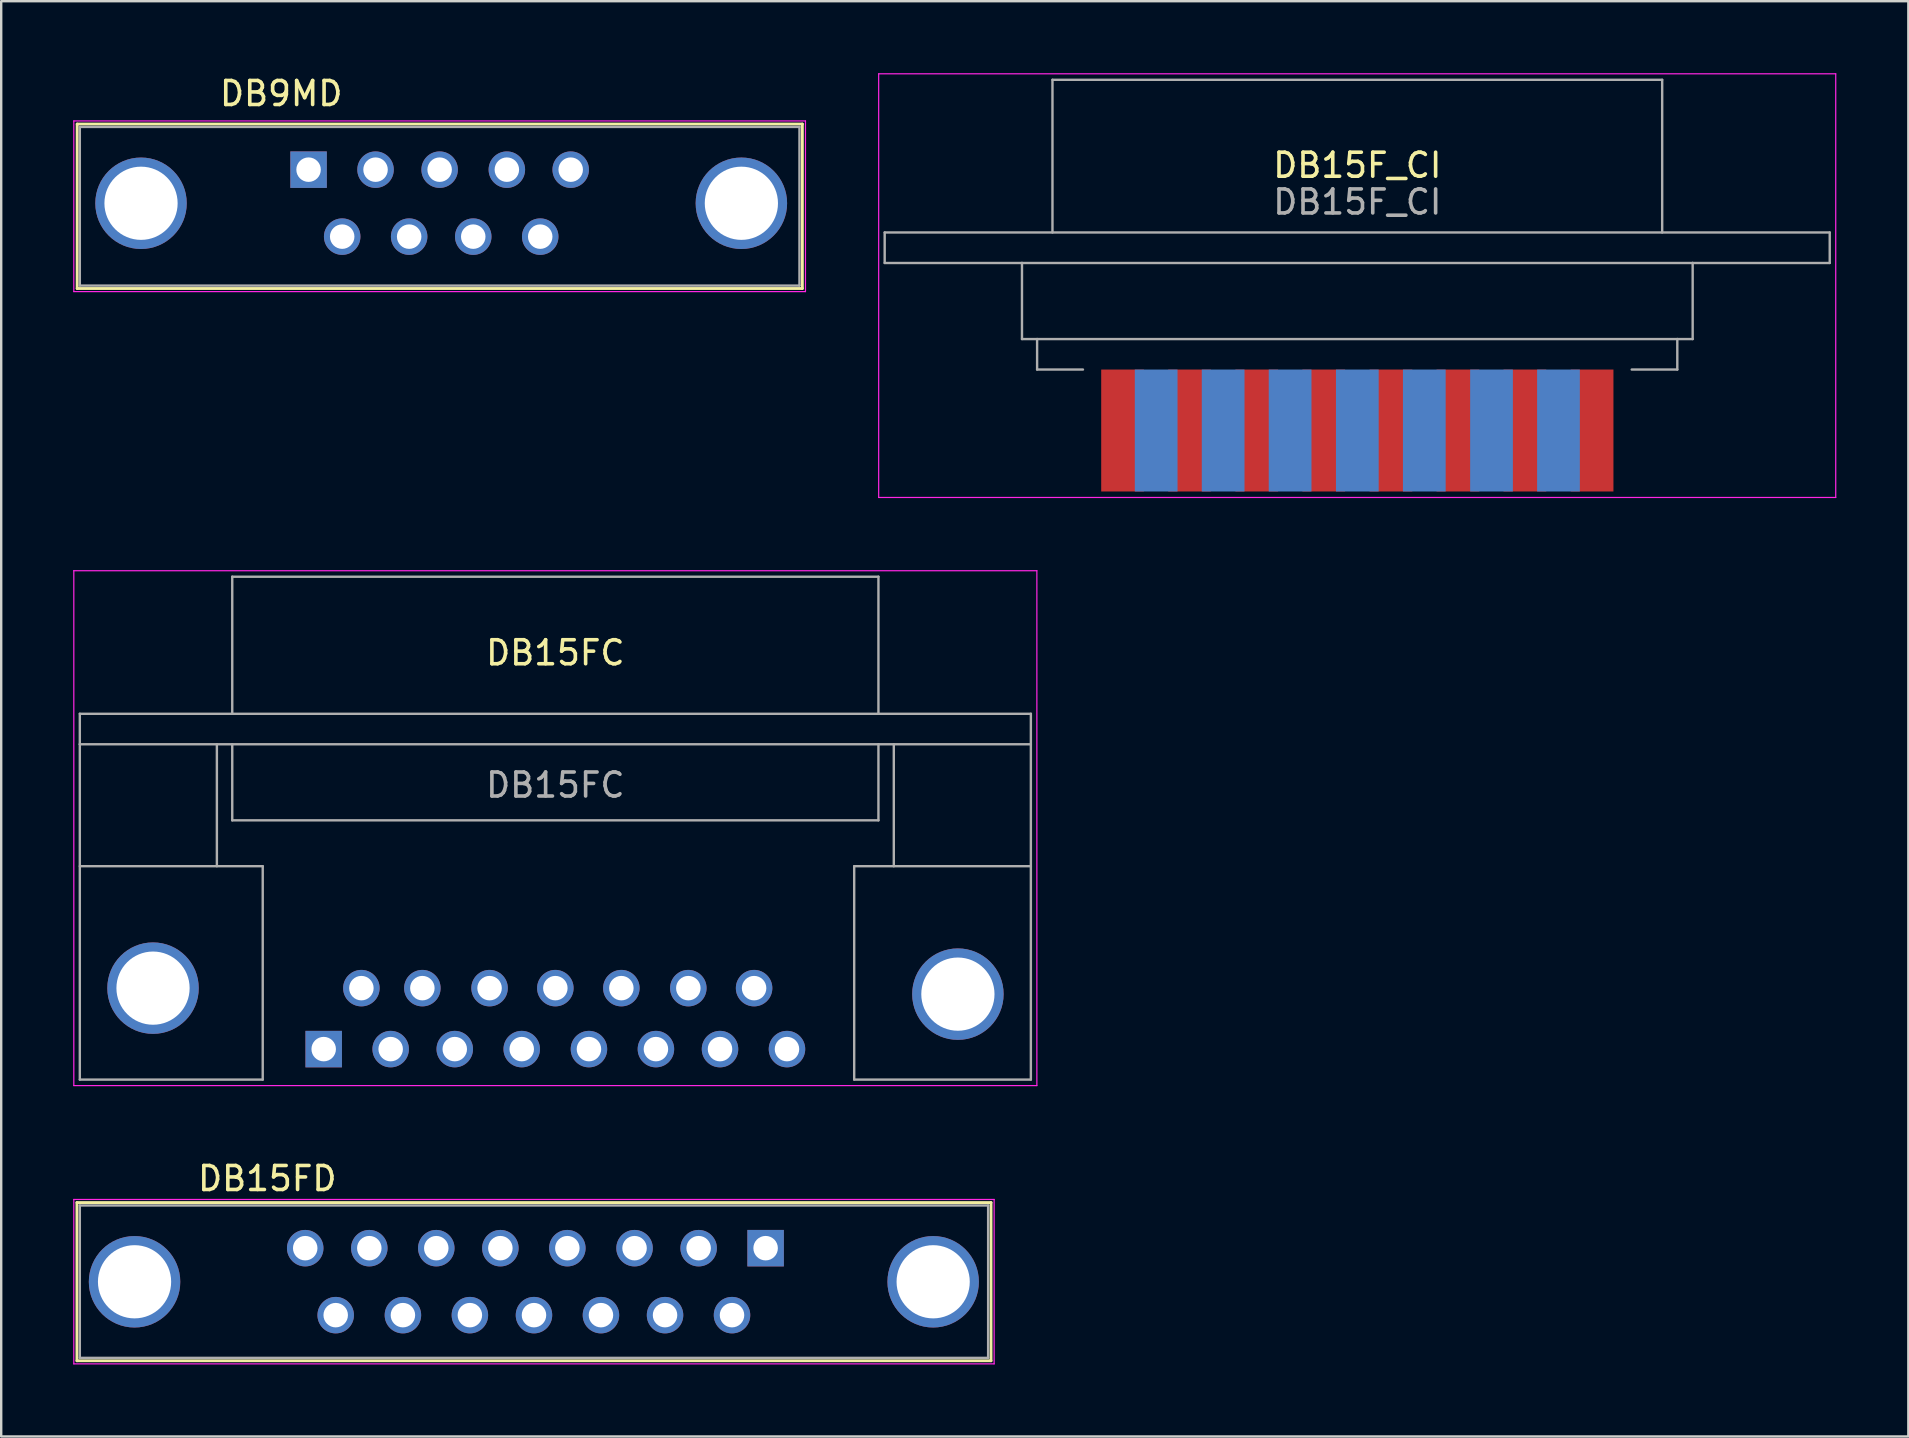
<source format=kicad_pcb>
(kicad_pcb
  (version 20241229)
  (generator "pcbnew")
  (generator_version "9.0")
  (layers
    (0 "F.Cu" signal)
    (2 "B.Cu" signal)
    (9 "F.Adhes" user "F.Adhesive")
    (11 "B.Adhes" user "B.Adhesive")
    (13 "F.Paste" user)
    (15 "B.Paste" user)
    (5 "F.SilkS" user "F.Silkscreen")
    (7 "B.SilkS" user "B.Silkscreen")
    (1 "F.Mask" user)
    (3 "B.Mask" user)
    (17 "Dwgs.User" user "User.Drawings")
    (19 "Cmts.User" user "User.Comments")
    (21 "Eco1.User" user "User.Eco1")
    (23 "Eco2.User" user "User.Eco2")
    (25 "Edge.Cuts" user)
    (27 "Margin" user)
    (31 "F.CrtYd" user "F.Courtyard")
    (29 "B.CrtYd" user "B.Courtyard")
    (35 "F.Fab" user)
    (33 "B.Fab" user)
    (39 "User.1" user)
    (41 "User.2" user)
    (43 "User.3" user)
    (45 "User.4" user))
  (footprint "DB15FC"
    (layer "F.Cu")
    (at 10.435 40.655)
    (property "Reference" "DB15FC" (at 9.65 -16.51 0) (layer "F.SilkS") (effects (font (size 1 1) (thickness 0.15))))
    (attr through_hole)
    (fp_line (start -10.41 -19.93) (end -10.41 1.52) (stroke (width 0.05) (type solid)) (layer "F.CrtYd"))
    (fp_line (start -10.41 -19.93) (end 29.71 -19.93) (stroke (width 0.05) (type solid)) (layer "F.CrtYd"))
    (fp_line (start 29.71 1.52) (end -10.41 1.52) (stroke (width 0.05) (type solid)) (layer "F.CrtYd"))
    (fp_line (start 29.71 1.52) (end 29.71 -19.93) (stroke (width 0.05) (type solid)) (layer "F.CrtYd"))
    (fp_line (start -10.16 -13.97) (end -10.16 -12.7) (stroke (width 0.1) (type solid)) (layer "F.Fab"))
    (fp_line (start -10.16 -7.62) (end -2.54 -7.62) (stroke (width 0.1) (type solid)) (layer "F.Fab"))
    (fp_line (start -10.16 1.27) (end -10.16 -12.7) (stroke (width 0.1) (type solid)) (layer "F.Fab"))
    (fp_line (start -10.16 1.27) (end -2.54 1.27) (stroke (width 0.1) (type solid)) (layer "F.Fab"))
    (fp_line (start -4.45 -12.7) (end -4.45 -7.62) (stroke (width 0.1) (type solid)) (layer "F.Fab"))
    (fp_line (start -3.81 -19.68) (end -3.81 -13.97) (stroke (width 0.1) (type solid)) (layer "F.Fab"))
    (fp_line (start -3.81 -19.68) (end 23.11 -19.68) (stroke (width 0.1) (type solid)) (layer "F.Fab"))
    (fp_line (start -3.81 -9.53) (end -3.81 -12.7) (stroke (width 0.1) (type solid)) (layer "F.Fab"))
    (fp_line (start -2.54 -7.62) (end -2.54 1.27) (stroke (width 0.1) (type solid)) (layer "F.Fab"))
    (fp_line (start 22.1 -7.62) (end 29.46 -7.62) (stroke (width 0.1) (type solid)) (layer "F.Fab"))
    (fp_line (start 22.1 1.27) (end 22.1 -7.62) (stroke (width 0.1) (type solid)) (layer "F.Fab"))
    (fp_line (start 23.11 -13.97) (end 23.11 -19.68) (stroke (width 0.1) (type solid)) (layer "F.Fab"))
    (fp_line (start 23.11 -9.53) (end -3.81 -9.53) (stroke (width 0.1) (type solid)) (layer "F.Fab"))
    (fp_line (start 23.11 -9.53) (end 23.11 -12.7) (stroke (width 0.1) (type solid)) (layer "F.Fab"))
    (fp_line (start 23.75 -7.62) (end 23.75 -12.7) (stroke (width 0.1) (type solid)) (layer "F.Fab"))
    (fp_line (start 29.46 -13.97) (end -10.16 -13.97) (stroke (width 0.1) (type solid)) (layer "F.Fab"))
    (fp_line (start 29.46 -12.7) (end -10.16 -12.7) (stroke (width 0.1) (type solid)) (layer "F.Fab"))
    (fp_line (start 29.46 1.27) (end 22.1 1.27) (stroke (width 0.1) (type solid)) (layer "F.Fab"))
    (fp_line (start 29.46 1.27) (end 29.46 -13.97) (stroke (width 0.1) (type solid)) (layer "F.Fab"))
    (fp_text user "${REFERENCE}" (at 9.65 -11 0) (layer "F.Fab") (effects (font (size 1 1) (thickness 0.15))))
    (pad "" thru_hole circle (at -7.11 -2.54) (size 3.81 3.81) (drill 3.05) (layers "*.Cu" "*.Mask"))
    (pad "" thru_hole circle (at 26.42 -2.29) (size 3.81 3.81) (drill 3.05) (layers "*.Cu" "*.Mask"))
    (pad "1" thru_hole rect (at 0 0) (size 1.52 1.52) (drill 1.02) (layers "*.Cu" "*.Mask"))
    (pad "2" thru_hole circle (at 2.79 0) (size 1.52 1.52) (drill 1.02) (layers "*.Cu" "*.Mask"))
    (pad "3" thru_hole circle (at 5.46 0) (size 1.52 1.52) (drill 1.02) (layers "*.Cu" "*.Mask"))
    (pad "4" thru_hole circle (at 8.25 0) (size 1.52 1.52) (drill 1.02) (layers "*.Cu" "*.Mask"))
    (pad "5" thru_hole circle (at 11.05 0) (size 1.52 1.52) (drill 1.02) (layers "*.Cu" "*.Mask"))
    (pad "6" thru_hole circle (at 13.84 0) (size 1.52 1.52) (drill 1.02) (layers "*.Cu" "*.Mask"))
    (pad "7" thru_hole circle (at 16.51 0) (size 1.52 1.52) (drill 1.02) (layers "*.Cu" "*.Mask"))
    (pad "8" thru_hole circle (at 19.3 0) (size 1.52 1.52) (drill 1.02) (layers "*.Cu" "*.Mask"))
    (pad "9" thru_hole circle (at 1.57 -2.54) (size 1.52 1.52) (drill 1.02) (layers "*.Cu" "*.Mask"))
    (pad "10" thru_hole circle (at 4.11 -2.54) (size 1.52 1.52) (drill 1.02) (layers "*.Cu" "*.Mask"))
    (pad "11" thru_hole circle (at 6.91 -2.54) (size 1.52 1.52) (drill 1.02) (layers "*.Cu" "*.Mask"))
    (pad "12" thru_hole circle (at 9.65 -2.54) (size 1.52 1.52) (drill 1.02) (layers "*.Cu" "*.Mask"))
    (pad "13" thru_hole circle (at 12.4 -2.54) (size 1.52 1.52) (drill 1.02) (layers "*.Cu" "*.Mask"))
    (pad "14" thru_hole circle (at 15.19 -2.54) (size 1.52 1.52) (drill 1.02) (layers "*.Cu" "*.Mask"))
    (pad "15" thru_hole circle (at 17.93 -2.54) (size 1.52 1.52) (drill 1.02) (layers "*.Cu" "*.Mask")))
  (footprint "DB15F_CI"
    (layer "F.Cu")
    (at 43.715 14.885)
    (property "Reference" "DB15F_CI" (at 9.78 -11.05 0) (layer "F.SilkS") (effects (font (size 1 1) (thickness 0.15))))
    (attr through_hole)
    (fp_line (start -10.16 -14.86) (end -10.16 2.79) (stroke (width 0.05) (type solid)) (layer "F.CrtYd"))
    (fp_line (start -10.16 -14.86) (end 29.71 -14.86) (stroke (width 0.05) (type solid)) (layer "F.CrtYd"))
    (fp_line (start 29.71 2.79) (end -10.16 2.79) (stroke (width 0.05) (type solid)) (layer "F.CrtYd"))
    (fp_line (start 29.71 2.79) (end 29.71 -14.86) (stroke (width 0.05) (type solid)) (layer "F.CrtYd"))
    (fp_line (start -9.91 -8.25) (end 29.46 -8.25) (stroke (width 0.1) (type solid)) (layer "F.Fab"))
    (fp_line (start -9.91 -6.98) (end -9.91 -8.25) (stroke (width 0.1) (type solid)) (layer "F.Fab"))
    (fp_line (start -4.19 -6.98) (end -9.91 -6.98) (stroke (width 0.1) (type solid)) (layer "F.Fab"))
    (fp_line (start -4.19 -6.98) (end 23.75 -6.98) (stroke (width 0.1) (type solid)) (layer "F.Fab"))
    (fp_line (start -4.19 -3.81) (end -4.19 -6.98) (stroke (width 0.1) (type solid)) (layer "F.Fab"))
    (fp_line (start -3.56 -3.81) (end -4.19 -3.81) (stroke (width 0.1) (type solid)) (layer "F.Fab"))
    (fp_line (start -3.56 -3.81) (end 23.11 -3.81) (stroke (width 0.1) (type solid)) (layer "F.Fab"))
    (fp_line (start -3.56 -2.54) (end -3.56 -3.81) (stroke (width 0.1) (type solid)) (layer "F.Fab"))
    (fp_line (start -2.92 -14.61) (end 22.48 -14.61) (stroke (width 0.1) (type solid)) (layer "F.Fab"))
    (fp_line (start -2.92 -8.25) (end -2.92 -14.61) (stroke (width 0.1) (type solid)) (layer "F.Fab"))
    (fp_line (start -1.65 -2.54) (end -3.56 -2.54) (stroke (width 0.1) (type solid)) (layer "F.Fab"))
    (fp_line (start 22.48 -14.61) (end 22.48 -8.25) (stroke (width 0.1) (type solid)) (layer "F.Fab"))
    (fp_line (start 23.11 -3.81) (end 23.11 -2.54) (stroke (width 0.1) (type solid)) (layer "F.Fab"))
    (fp_line (start 23.11 -2.54) (end 21.21 -2.54) (stroke (width 0.1) (type solid)) (layer "F.Fab"))
    (fp_line (start 23.75 -6.98) (end 23.75 -3.81) (stroke (width 0.1) (type solid)) (layer "F.Fab"))
    (fp_line (start 23.75 -3.81) (end 23.11 -3.81) (stroke (width 0.1) (type solid)) (layer "F.Fab"))
    (fp_line (start 29.46 -8.25) (end 29.46 -6.98) (stroke (width 0.1) (type solid)) (layer "F.Fab"))
    (fp_line (start 29.46 -6.98) (end 23.75 -6.98) (stroke (width 0.1) (type solid)) (layer "F.Fab"))
    (fp_text user "${REFERENCE}" (at 9.78 -9.52 0) (layer "F.Fab") (effects (font (size 1 1) (thickness 0.15))))
    (pad "1" connect rect (at 0 0) (size 1.78 5.08) (layers "F.Cu" "F.Mask"))
    (pad "2" connect rect (at 2.79 0) (size 1.78 5.08) (layers "F.Cu" "F.Mask"))
    (pad "3" connect rect (at 5.59 0) (size 1.78 5.08) (layers "F.Cu" "F.Mask"))
    (pad "4" connect rect (at 8.38 0) (size 1.78 5.08) (layers "F.Cu" "F.Mask"))
    (pad "5" connect rect (at 11.18 0) (size 1.78 5.08) (layers "F.Cu" "F.Mask"))
    (pad "6" connect rect (at 13.97 0) (size 1.78 5.08) (layers "F.Cu" "F.Mask"))
    (pad "7" connect rect (at 16.76 0) (size 1.78 5.08) (layers "F.Cu" "F.Mask"))
    (pad "8" connect rect (at 19.56 0) (size 1.78 5.08) (layers "F.Cu" "F.Mask"))
    (pad "9" connect rect (at 1.4 0) (size 1.78 5.08) (layers "B.Cu" "B.Mask"))
    (pad "10" connect rect (at 4.19 0) (size 1.78 5.08) (layers "B.Cu" "B.Mask"))
    (pad "11" connect rect (at 6.98 0) (size 1.78 5.08) (layers "B.Cu" "B.Mask"))
    (pad "12" connect rect (at 9.78 0) (size 1.78 5.08) (layers "B.Cu" "B.Mask"))
    (pad "13" connect rect (at 12.57 0) (size 1.78 5.08) (layers "B.Cu" "B.Mask"))
    (pad "14" connect rect (at 15.37 0) (size 1.78 5.08) (layers "B.Cu" "B.Mask"))
    (pad "15" connect rect (at 18.16 0) (size 1.78 5.08) (layers "B.Cu" "B.Mask")))
  (footprint "DB9MD"
    (layer "F.Cu")
    (at 9.805 4.018)
    (property "Reference" "DB9MD" (at -1.14 -3.17 0) (layer "F.SilkS") (effects (font (size 1 1) (thickness 0.15))))
    (attr through_hole)
    (fp_line (start -9.64 -1.9) (end -9.64 4.95) (stroke (width 0.12) (type solid)) (layer "F.SilkS"))
    (fp_line (start -9.64 -1.9) (end 20.57 -1.9) (stroke (width 0.12) (type solid)) (layer "F.SilkS"))
    (fp_line (start 20.57 4.95) (end -9.64 4.95) (stroke (width 0.12) (type solid)) (layer "F.SilkS"))
    (fp_line (start 20.57 4.95) (end 20.57 -1.9) (stroke (width 0.12) (type solid)) (layer "F.SilkS"))
    (fp_line (start -9.78 -2.03) (end -9.78 5.08) (stroke (width 0.05) (type solid)) (layer "F.CrtYd"))
    (fp_line (start -9.78 -2.03) (end 20.7 -2.03) (stroke (width 0.05) (type solid)) (layer "F.CrtYd"))
    (fp_line (start 20.7 5.08) (end -9.78 5.08) (stroke (width 0.05) (type solid)) (layer "F.CrtYd"))
    (fp_line (start 20.7 5.08) (end 20.7 -2.03) (stroke (width 0.05) (type solid)) (layer "F.CrtYd"))
    (fp_line (start -9.53 -1.78) (end -9.53 4.83) (stroke (width 0.1) (type solid)) (layer "F.Fab"))
    (fp_line (start -9.53 4.83) (end 20.45 4.83) (stroke (width 0.1) (type solid)) (layer "F.Fab"))
    (fp_line (start 20.45 -1.78) (end -9.53 -1.78) (stroke (width 0.1) (type solid)) (layer "F.Fab"))
    (fp_line (start 20.45 4.83) (end 20.45 -1.78) (stroke (width 0.1) (type solid)) (layer "F.Fab"))
    (pad "0" thru_hole circle (at -6.98 1.4) (size 3.81 3.81) (drill 3.05) (layers "*.Cu" "*.Mask"))
    (pad "0" thru_hole circle (at 18.03 1.4) (size 3.81 3.81) (drill 3.05) (layers "*.Cu" "*.Mask"))
    (pad "1" thru_hole rect (at 0 0) (size 1.52 1.52) (drill 1.02) (layers "*.Cu" "*.Mask"))
    (pad "2" thru_hole circle (at 2.79 0) (size 1.52 1.52) (drill 1.02) (layers "*.Cu" "*.Mask"))
    (pad "3" thru_hole circle (at 5.46 0) (size 1.52 1.52) (drill 1.02) (layers "*.Cu" "*.Mask"))
    (pad "4" thru_hole circle (at 8.26 0) (size 1.52 1.52) (drill 1.02) (layers "*.Cu" "*.Mask"))
    (pad "5" thru_hole circle (at 10.92 0) (size 1.52 1.52) (drill 1.02) (layers "*.Cu" "*.Mask"))
    (pad "6" thru_hole circle (at 1.4 2.79) (size 1.52 1.52) (drill 1.02) (layers "*.Cu" "*.Mask"))
    (pad "7" thru_hole circle (at 4.19 2.79) (size 1.52 1.52) (drill 1.02) (layers "*.Cu" "*.Mask"))
    (pad "8" thru_hole circle (at 6.86 2.79) (size 1.52 1.52) (drill 1.02) (layers "*.Cu" "*.Mask"))
    (pad "9" thru_hole circle (at 9.65 2.79) (size 1.52 1.52) (drill 1.02) (layers "*.Cu" "*.Mask")))
  (footprint "DB15FD"
    (layer "F.Cu")
    (at 28.845 48.948)
    (property "Reference" "DB15FD" (at -20.76 -2.9 180) (layer "F.SilkS") (effects (font (size 1 1) (thickness 0.15))))
    (attr through_hole)
    (fp_line (start -28.69 -1.9) (end -28.69 4.69) (stroke (width 0.12) (type solid)) (layer "F.SilkS"))
    (fp_line (start -28.69 -1.9) (end 9.39 -1.9) (stroke (width 0.12) (type solid)) (layer "F.SilkS"))
    (fp_line (start 9.39 4.69) (end -28.69 4.69) (stroke (width 0.12) (type solid)) (layer "F.SilkS"))
    (fp_line (start 9.39 4.69) (end 9.39 -1.9) (stroke (width 0.12) (type solid)) (layer "F.SilkS"))
    (fp_line (start -28.82 -2.03) (end -28.82 4.82) (stroke (width 0.05) (type solid)) (layer "F.CrtYd"))
    (fp_line (start -28.82 -2.03) (end 9.52 -2.03) (stroke (width 0.05) (type solid)) (layer "F.CrtYd"))
    (fp_line (start 9.52 4.82) (end -28.82 4.82) (stroke (width 0.05) (type solid)) (layer "F.CrtYd"))
    (fp_line (start 9.52 4.82) (end 9.52 -2.03) (stroke (width 0.05) (type solid)) (layer "F.CrtYd"))
    (fp_line (start -28.57 -1.78) (end -28.57 4.57) (stroke (width 0.1) (type solid)) (layer "F.Fab"))
    (fp_line (start -28.57 4.57) (end 9.27 4.57) (stroke (width 0.1) (type solid)) (layer "F.Fab"))
    (fp_line (start 9.27 -1.78) (end -28.57 -1.78) (stroke (width 0.1) (type solid)) (layer "F.Fab"))
    (fp_line (start 9.27 4.57) (end 9.27 -1.78) (stroke (width 0.1) (type solid)) (layer "F.Fab"))
    (pad "1" thru_hole rect (at 0 0) (size 1.52 1.52) (drill 1.02) (layers "*.Cu" "*.Mask"))
    (pad "2" thru_hole circle (at -2.79 0) (size 1.52 1.52) (drill 1.02) (layers "*.Cu" "*.Mask"))
    (pad "3" thru_hole circle (at -5.46 0) (size 1.52 1.52) (drill 1.02) (layers "*.Cu" "*.Mask"))
    (pad "4" thru_hole circle (at -8.26 0) (size 1.52 1.52) (drill 1.02) (layers "*.Cu" "*.Mask"))
    (pad "5" thru_hole circle (at -11.05 0) (size 1.52 1.52) (drill 1.02) (layers "*.Cu" "*.Mask"))
    (pad "6" thru_hole circle (at -13.72 0) (size 1.52 1.52) (drill 1.02) (layers "*.Cu" "*.Mask"))
    (pad "7" thru_hole circle (at -16.51 0) (size 1.52 1.52) (drill 1.02) (layers "*.Cu" "*.Mask"))
    (pad "8" thru_hole circle (at -19.18 0) (size 1.52 1.52) (drill 1.02) (layers "*.Cu" "*.Mask"))
    (pad "9" thru_hole circle (at -1.4 2.79) (size 1.52 1.52) (drill 1.02) (layers "*.Cu" "*.Mask"))
    (pad "10" thru_hole circle (at -4.19 2.79) (size 1.52 1.52) (drill 1.02) (layers "*.Cu" "*.Mask"))
    (pad "11" thru_hole circle (at -6.86 2.79) (size 1.52 1.52) (drill 1.02) (layers "*.Cu" "*.Mask"))
    (pad "12" thru_hole circle (at -9.65 2.79) (size 1.52 1.52) (drill 1.02) (layers "*.Cu" "*.Mask"))
    (pad "13" thru_hole circle (at -12.32 2.79) (size 1.52 1.52) (drill 1.02) (layers "*.Cu" "*.Mask"))
    (pad "14" thru_hole circle (at -15.11 2.79) (size 1.52 1.52) (drill 1.02) (layers "*.Cu" "*.Mask"))
    (pad "15" thru_hole circle (at -17.91 2.79) (size 1.52 1.52) (drill 1.02) (layers "*.Cu" "*.Mask"))
    (pad "16" thru_hole circle (at -26.29 1.4) (size 3.81 3.81) (drill 3.05) (layers "*.Cu" "*.Mask"))
    (pad "16" thru_hole circle (at 6.98 1.4) (size 3.81 3.81) (drill 3.05) (layers "*.Cu" "*.Mask")))
  (gr_rect
    (start -3 -3)
    (end 76.45 56.793)
    (stroke (width 0.1) (type default))
    (fill no)
    (layer "Edge.Cuts")))
</source>
